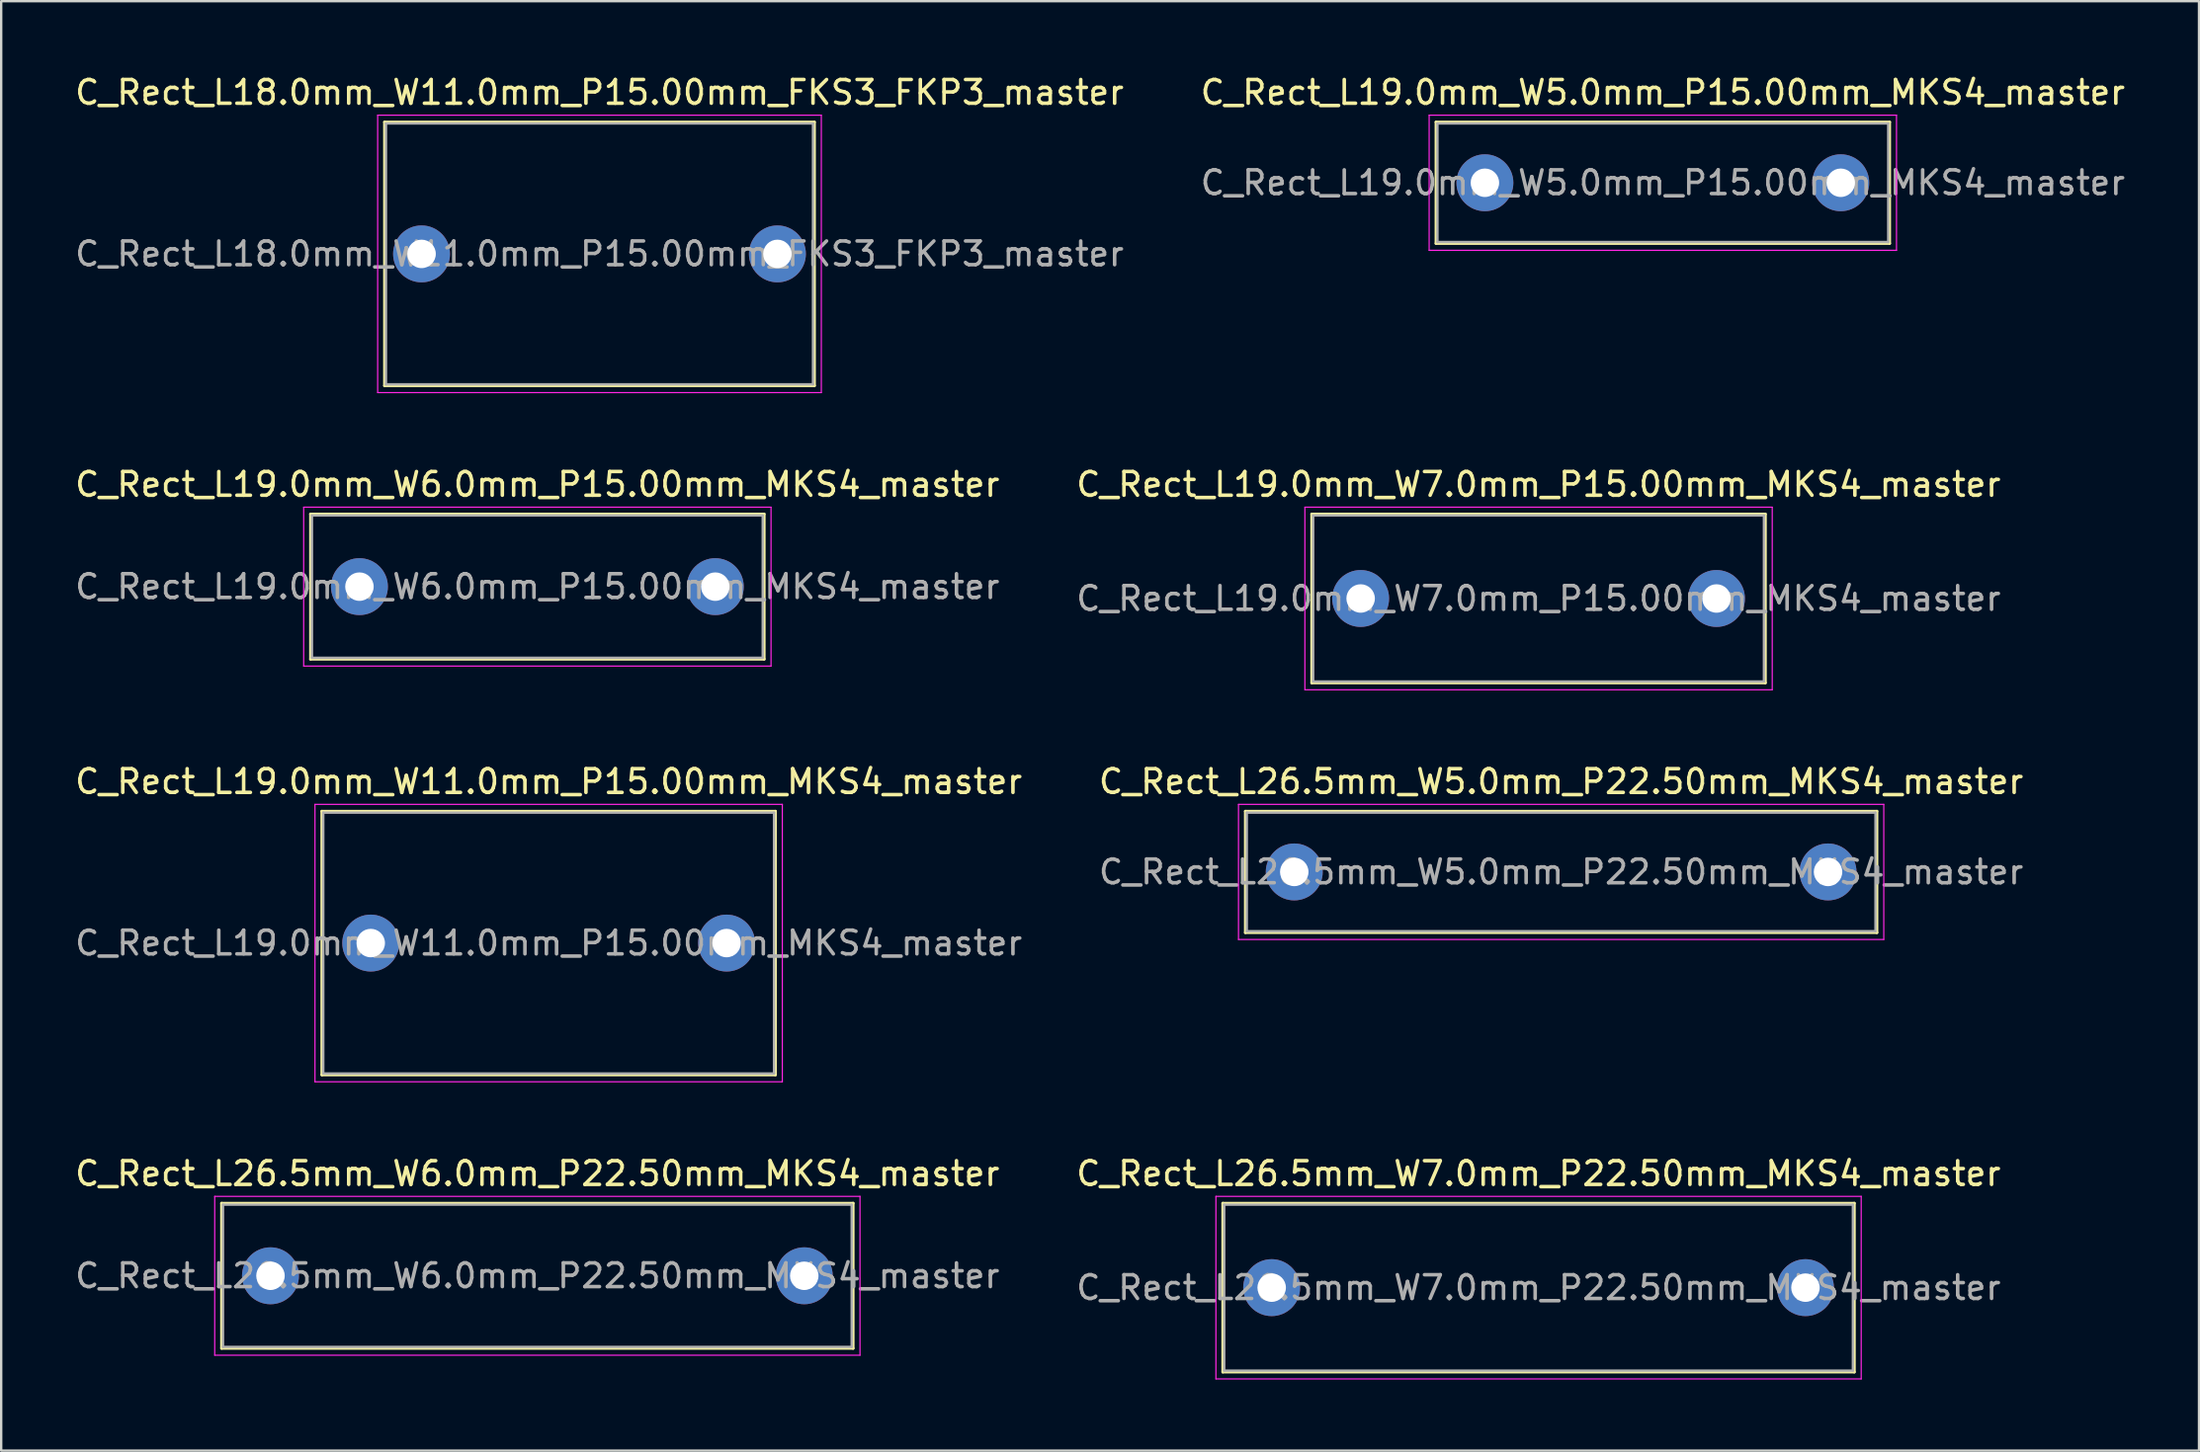
<source format=kicad_pcb>
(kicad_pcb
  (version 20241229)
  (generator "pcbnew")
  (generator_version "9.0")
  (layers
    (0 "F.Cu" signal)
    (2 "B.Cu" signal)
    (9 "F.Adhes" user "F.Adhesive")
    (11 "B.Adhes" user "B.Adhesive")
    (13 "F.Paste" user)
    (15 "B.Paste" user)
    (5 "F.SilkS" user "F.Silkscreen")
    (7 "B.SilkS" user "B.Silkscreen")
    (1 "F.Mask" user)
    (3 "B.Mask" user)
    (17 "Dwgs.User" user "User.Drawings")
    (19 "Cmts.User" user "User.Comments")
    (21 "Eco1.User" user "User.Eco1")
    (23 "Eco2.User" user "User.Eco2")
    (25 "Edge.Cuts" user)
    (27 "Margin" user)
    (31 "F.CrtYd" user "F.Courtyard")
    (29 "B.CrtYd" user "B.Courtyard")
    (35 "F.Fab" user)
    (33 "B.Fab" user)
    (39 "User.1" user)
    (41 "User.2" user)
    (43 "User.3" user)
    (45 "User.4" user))
  (footprint "C_Rect_L19.0mm_W7.0mm_P15.00mm_MKS4_master"
    (layer "F.Cu")
    (at 54.304 22.192)
    (property "Reference" "C_Rect_L19.0mm_W7.0mm_P15.00mm_MKS4_master" (at 7.5 -4.81 0) (layer "F.SilkS") (effects (font (size 1 1) (thickness 0.15))))
    (attr through_hole)
    (fp_line (start -2.06 -3.56) (end -2.06 3.56) (stroke (width 0.12) (type solid)) (layer "F.SilkS"))
    (fp_line (start -2.06 -3.56) (end 17.06 -3.56) (stroke (width 0.12) (type solid)) (layer "F.SilkS"))
    (fp_line (start -2.06 3.56) (end 17.06 3.56) (stroke (width 0.12) (type solid)) (layer "F.SilkS"))
    (fp_line (start 17.06 -3.56) (end 17.06 3.56) (stroke (width 0.12) (type solid)) (layer "F.SilkS"))
    (fp_line (start -2.35 -3.85) (end -2.35 3.85) (stroke (width 0.05) (type solid)) (layer "F.CrtYd"))
    (fp_line (start -2.35 3.85) (end 17.35 3.85) (stroke (width 0.05) (type solid)) (layer "F.CrtYd"))
    (fp_line (start 17.35 -3.85) (end -2.35 -3.85) (stroke (width 0.05) (type solid)) (layer "F.CrtYd"))
    (fp_line (start 17.35 3.85) (end 17.35 -3.85) (stroke (width 0.05) (type solid)) (layer "F.CrtYd"))
    (fp_line (start -2 -3.5) (end -2 3.5) (stroke (width 0.1) (type solid)) (layer "F.Fab"))
    (fp_line (start -2 3.5) (end 17 3.5) (stroke (width 0.1) (type solid)) (layer "F.Fab"))
    (fp_line (start 17 -3.5) (end -2 -3.5) (stroke (width 0.1) (type solid)) (layer "F.Fab"))
    (fp_line (start 17 3.5) (end 17 -3.5) (stroke (width 0.1) (type solid)) (layer "F.Fab"))
    (fp_text user "${REFERENCE}" (at 7.5 0 0) (layer "F.Fab") (effects (font (size 1 1) (thickness 0.15))))
    (pad "1" thru_hole circle (at 0 0) (size 2.4 2.4) (drill 1.2) (layers "*.Cu" "*.Mask"))
    (pad "2" thru_hole circle (at 15 0) (size 2.4 2.4) (drill 1.2) (layers "*.Cu" "*.Mask")))
  (footprint "C_Rect_L18.0mm_W11.0mm_P15.00mm_FKS3_FKP3_master"
    (layer "F.Cu")
    (at 14.72 7.658)
    (property "Reference" "C_Rect_L18.0mm_W11.0mm_P15.00mm_FKS3_FKP3_master" (at 7.5 -6.81 0) (layer "F.SilkS") (effects (font (size 1 1) (thickness 0.15))))
    (attr through_hole)
    (fp_line (start -1.56 -5.56) (end -1.56 5.56) (stroke (width 0.12) (type solid)) (layer "F.SilkS"))
    (fp_line (start -1.56 -5.56) (end 16.56 -5.56) (stroke (width 0.12) (type solid)) (layer "F.SilkS"))
    (fp_line (start -1.56 5.56) (end 16.56 5.56) (stroke (width 0.12) (type solid)) (layer "F.SilkS"))
    (fp_line (start 16.56 -5.56) (end 16.56 5.56) (stroke (width 0.12) (type solid)) (layer "F.SilkS"))
    (fp_line (start -1.85 -5.85) (end -1.85 5.85) (stroke (width 0.05) (type solid)) (layer "F.CrtYd"))
    (fp_line (start -1.85 5.85) (end 16.85 5.85) (stroke (width 0.05) (type solid)) (layer "F.CrtYd"))
    (fp_line (start 16.85 -5.85) (end -1.85 -5.85) (stroke (width 0.05) (type solid)) (layer "F.CrtYd"))
    (fp_line (start 16.85 5.85) (end 16.85 -5.85) (stroke (width 0.05) (type solid)) (layer "F.CrtYd"))
    (fp_line (start -1.5 -5.5) (end -1.5 5.5) (stroke (width 0.1) (type solid)) (layer "F.Fab"))
    (fp_line (start -1.5 5.5) (end 16.5 5.5) (stroke (width 0.1) (type solid)) (layer "F.Fab"))
    (fp_line (start 16.5 -5.5) (end -1.5 -5.5) (stroke (width 0.1) (type solid)) (layer "F.Fab"))
    (fp_line (start 16.5 5.5) (end 16.5 -5.5) (stroke (width 0.1) (type solid)) (layer "F.Fab"))
    (fp_text user "${REFERENCE}" (at 7.5 0 0) (layer "F.Fab") (effects (font (size 1 1) (thickness 0.15))))
    (pad "1" thru_hole circle (at 0 0) (size 2.4 2.4) (drill 1.2) (layers "*.Cu" "*.Mask"))
    (pad "2" thru_hole circle (at 15 0) (size 2.4 2.4) (drill 1.2) (layers "*.Cu" "*.Mask")))
  (footprint "C_Rect_L26.5mm_W5.0mm_P22.50mm_MKS4_master"
    (layer "F.Cu")
    (at 51.506 33.725)
    (property "Reference" "C_Rect_L26.5mm_W5.0mm_P22.50mm_MKS4_master" (at 11.25 -3.81 0) (layer "F.SilkS") (effects (font (size 1 1) (thickness 0.15))))
    (attr through_hole)
    (fp_line (start -2.06 -2.56) (end -2.06 2.56) (stroke (width 0.12) (type solid)) (layer "F.SilkS"))
    (fp_line (start -2.06 -2.56) (end 24.56 -2.56) (stroke (width 0.12) (type solid)) (layer "F.SilkS"))
    (fp_line (start -2.06 2.56) (end 24.56 2.56) (stroke (width 0.12) (type solid)) (layer "F.SilkS"))
    (fp_line (start 24.56 -2.56) (end 24.56 2.56) (stroke (width 0.12) (type solid)) (layer "F.SilkS"))
    (fp_line (start -2.35 -2.85) (end -2.35 2.85) (stroke (width 0.05) (type solid)) (layer "F.CrtYd"))
    (fp_line (start -2.35 2.85) (end 24.85 2.85) (stroke (width 0.05) (type solid)) (layer "F.CrtYd"))
    (fp_line (start 24.85 -2.85) (end -2.35 -2.85) (stroke (width 0.05) (type solid)) (layer "F.CrtYd"))
    (fp_line (start 24.85 2.85) (end 24.85 -2.85) (stroke (width 0.05) (type solid)) (layer "F.CrtYd"))
    (fp_line (start -2 -2.5) (end -2 2.5) (stroke (width 0.1) (type solid)) (layer "F.Fab"))
    (fp_line (start -2 2.5) (end 24.5 2.5) (stroke (width 0.1) (type solid)) (layer "F.Fab"))
    (fp_line (start 24.5 -2.5) (end -2 -2.5) (stroke (width 0.1) (type solid)) (layer "F.Fab"))
    (fp_line (start 24.5 2.5) (end 24.5 -2.5) (stroke (width 0.1) (type solid)) (layer "F.Fab"))
    (fp_text user "${REFERENCE}" (at 11.25 0 0) (layer "F.Fab") (effects (font (size 1 1) (thickness 0.15))))
    (pad "1" thru_hole circle (at 0 0) (size 2.4 2.4) (drill 1.2) (layers "*.Cu" "*.Mask"))
    (pad "2" thru_hole circle (at 22.5 0) (size 2.4 2.4) (drill 1.2) (layers "*.Cu" "*.Mask")))
  (footprint "C_Rect_L26.5mm_W6.0mm_P22.50mm_MKS4_master"
    (layer "F.Cu")
    (at 8.351 50.758)
    (property "Reference" "C_Rect_L26.5mm_W6.0mm_P22.50mm_MKS4_master" (at 11.25 -4.31 0) (layer "F.SilkS") (effects (font (size 1 1) (thickness 0.15))))
    (attr through_hole)
    (fp_line (start -2.06 -3.06) (end -2.06 3.06) (stroke (width 0.12) (type solid)) (layer "F.SilkS"))
    (fp_line (start -2.06 -3.06) (end 24.56 -3.06) (stroke (width 0.12) (type solid)) (layer "F.SilkS"))
    (fp_line (start -2.06 3.06) (end 24.56 3.06) (stroke (width 0.12) (type solid)) (layer "F.SilkS"))
    (fp_line (start 24.56 -3.06) (end 24.56 3.06) (stroke (width 0.12) (type solid)) (layer "F.SilkS"))
    (fp_line (start -2.35 -3.35) (end -2.35 3.35) (stroke (width 0.05) (type solid)) (layer "F.CrtYd"))
    (fp_line (start -2.35 3.35) (end 24.85 3.35) (stroke (width 0.05) (type solid)) (layer "F.CrtYd"))
    (fp_line (start 24.85 -3.35) (end -2.35 -3.35) (stroke (width 0.05) (type solid)) (layer "F.CrtYd"))
    (fp_line (start 24.85 3.35) (end 24.85 -3.35) (stroke (width 0.05) (type solid)) (layer "F.CrtYd"))
    (fp_line (start -2 -3) (end -2 3) (stroke (width 0.1) (type solid)) (layer "F.Fab"))
    (fp_line (start -2 3) (end 24.5 3) (stroke (width 0.1) (type solid)) (layer "F.Fab"))
    (fp_line (start 24.5 -3) (end -2 -3) (stroke (width 0.1) (type solid)) (layer "F.Fab"))
    (fp_line (start 24.5 3) (end 24.5 -3) (stroke (width 0.1) (type solid)) (layer "F.Fab"))
    (fp_text user "${REFERENCE}" (at 11.25 0 0) (layer "F.Fab") (effects (font (size 1 1) (thickness 0.15))))
    (pad "1" thru_hole circle (at 0 0) (size 2.4 2.4) (drill 1.2) (layers "*.Cu" "*.Mask"))
    (pad "2" thru_hole circle (at 22.5 0) (size 2.4 2.4) (drill 1.2) (layers "*.Cu" "*.Mask")))
  (footprint "C_Rect_L19.0mm_W5.0mm_P15.00mm_MKS4_master"
    (layer "F.Cu")
    (at 59.542 4.658)
    (property "Reference" "C_Rect_L19.0mm_W5.0mm_P15.00mm_MKS4_master" (at 7.5 -3.81 0) (layer "F.SilkS") (effects (font (size 1 1) (thickness 0.15))))
    (attr through_hole)
    (fp_line (start -2.06 -2.56) (end -2.06 2.56) (stroke (width 0.12) (type solid)) (layer "F.SilkS"))
    (fp_line (start -2.06 -2.56) (end 17.06 -2.56) (stroke (width 0.12) (type solid)) (layer "F.SilkS"))
    (fp_line (start -2.06 2.56) (end 17.06 2.56) (stroke (width 0.12) (type solid)) (layer "F.SilkS"))
    (fp_line (start 17.06 -2.56) (end 17.06 2.56) (stroke (width 0.12) (type solid)) (layer "F.SilkS"))
    (fp_line (start -2.35 -2.85) (end -2.35 2.85) (stroke (width 0.05) (type solid)) (layer "F.CrtYd"))
    (fp_line (start -2.35 2.85) (end 17.35 2.85) (stroke (width 0.05) (type solid)) (layer "F.CrtYd"))
    (fp_line (start 17.35 -2.85) (end -2.35 -2.85) (stroke (width 0.05) (type solid)) (layer "F.CrtYd"))
    (fp_line (start 17.35 2.85) (end 17.35 -2.85) (stroke (width 0.05) (type solid)) (layer "F.CrtYd"))
    (fp_line (start -2 -2.5) (end -2 2.5) (stroke (width 0.1) (type solid)) (layer "F.Fab"))
    (fp_line (start -2 2.5) (end 17 2.5) (stroke (width 0.1) (type solid)) (layer "F.Fab"))
    (fp_line (start 17 -2.5) (end -2 -2.5) (stroke (width 0.1) (type solid)) (layer "F.Fab"))
    (fp_line (start 17 2.5) (end 17 -2.5) (stroke (width 0.1) (type solid)) (layer "F.Fab"))
    (fp_text user "${REFERENCE}" (at 7.5 0 0) (layer "F.Fab") (effects (font (size 1 1) (thickness 0.15))))
    (pad "1" thru_hole circle (at 0 0) (size 2.4 2.4) (drill 1.2) (layers "*.Cu" "*.Mask"))
    (pad "2" thru_hole circle (at 15 0) (size 2.4 2.4) (drill 1.2) (layers "*.Cu" "*.Mask")))
  (footprint "C_Rect_L19.0mm_W6.0mm_P15.00mm_MKS4_master"
    (layer "F.Cu")
    (at 12.101 21.692)
    (property "Reference" "C_Rect_L19.0mm_W6.0mm_P15.00mm_MKS4_master" (at 7.5 -4.31 0) (layer "F.SilkS") (effects (font (size 1 1) (thickness 0.15))))
    (attr through_hole)
    (fp_line (start -2.06 -3.06) (end -2.06 3.06) (stroke (width 0.12) (type solid)) (layer "F.SilkS"))
    (fp_line (start -2.06 -3.06) (end 17.06 -3.06) (stroke (width 0.12) (type solid)) (layer "F.SilkS"))
    (fp_line (start -2.06 3.06) (end 17.06 3.06) (stroke (width 0.12) (type solid)) (layer "F.SilkS"))
    (fp_line (start 17.06 -3.06) (end 17.06 3.06) (stroke (width 0.12) (type solid)) (layer "F.SilkS"))
    (fp_line (start -2.35 -3.35) (end -2.35 3.35) (stroke (width 0.05) (type solid)) (layer "F.CrtYd"))
    (fp_line (start -2.35 3.35) (end 17.35 3.35) (stroke (width 0.05) (type solid)) (layer "F.CrtYd"))
    (fp_line (start 17.35 -3.35) (end -2.35 -3.35) (stroke (width 0.05) (type solid)) (layer "F.CrtYd"))
    (fp_line (start 17.35 3.35) (end 17.35 -3.35) (stroke (width 0.05) (type solid)) (layer "F.CrtYd"))
    (fp_line (start -2 -3) (end -2 3) (stroke (width 0.1) (type solid)) (layer "F.Fab"))
    (fp_line (start -2 3) (end 17 3) (stroke (width 0.1) (type solid)) (layer "F.Fab"))
    (fp_line (start 17 -3) (end -2 -3) (stroke (width 0.1) (type solid)) (layer "F.Fab"))
    (fp_line (start 17 3) (end 17 -3) (stroke (width 0.1) (type solid)) (layer "F.Fab"))
    (fp_text user "${REFERENCE}" (at 7.5 0 0) (layer "F.Fab") (effects (font (size 1 1) (thickness 0.15))))
    (pad "1" thru_hole circle (at 0 0) (size 2.4 2.4) (drill 1.2) (layers "*.Cu" "*.Mask"))
    (pad "2" thru_hole circle (at 15 0) (size 2.4 2.4) (drill 1.2) (layers "*.Cu" "*.Mask")))
  (footprint "C_Rect_L19.0mm_W11.0mm_P15.00mm_MKS4_master"
    (layer "F.Cu")
    (at 12.577 36.725)
    (property "Reference" "C_Rect_L19.0mm_W11.0mm_P15.00mm_MKS4_master" (at 7.5 -6.81 0) (layer "F.SilkS") (effects (font (size 1 1) (thickness 0.15))))
    (attr through_hole)
    (fp_line (start -2.06 -5.56) (end -2.06 5.56) (stroke (width 0.12) (type solid)) (layer "F.SilkS"))
    (fp_line (start -2.06 -5.56) (end 17.06 -5.56) (stroke (width 0.12) (type solid)) (layer "F.SilkS"))
    (fp_line (start -2.06 5.56) (end 17.06 5.56) (stroke (width 0.12) (type solid)) (layer "F.SilkS"))
    (fp_line (start 17.06 -5.56) (end 17.06 5.56) (stroke (width 0.12) (type solid)) (layer "F.SilkS"))
    (fp_line (start -2.35 -5.85) (end -2.35 5.85) (stroke (width 0.05) (type solid)) (layer "F.CrtYd"))
    (fp_line (start -2.35 5.85) (end 17.35 5.85) (stroke (width 0.05) (type solid)) (layer "F.CrtYd"))
    (fp_line (start 17.35 -5.85) (end -2.35 -5.85) (stroke (width 0.05) (type solid)) (layer "F.CrtYd"))
    (fp_line (start 17.35 5.85) (end 17.35 -5.85) (stroke (width 0.05) (type solid)) (layer "F.CrtYd"))
    (fp_line (start -2 -5.5) (end -2 5.5) (stroke (width 0.1) (type solid)) (layer "F.Fab"))
    (fp_line (start -2 5.5) (end 17 5.5) (stroke (width 0.1) (type solid)) (layer "F.Fab"))
    (fp_line (start 17 -5.5) (end -2 -5.5) (stroke (width 0.1) (type solid)) (layer "F.Fab"))
    (fp_line (start 17 5.5) (end 17 -5.5) (stroke (width 0.1) (type solid)) (layer "F.Fab"))
    (fp_text user "${REFERENCE}" (at 7.5 0 0) (layer "F.Fab") (effects (font (size 1 1) (thickness 0.15))))
    (pad "1" thru_hole circle (at 0 0) (size 2.4 2.4) (drill 1.2) (layers "*.Cu" "*.Mask"))
    (pad "2" thru_hole circle (at 15 0) (size 2.4 2.4) (drill 1.2) (layers "*.Cu" "*.Mask")))
  (footprint "C_Rect_L26.5mm_W7.0mm_P22.50mm_MKS4_master"
    (layer "F.Cu")
    (at 50.554 51.258)
    (property "Reference" "C_Rect_L26.5mm_W7.0mm_P22.50mm_MKS4_master" (at 11.25 -4.81 0) (layer "F.SilkS") (effects (font (size 1 1) (thickness 0.15))))
    (attr through_hole)
    (fp_line (start -2.06 -3.56) (end -2.06 3.56) (stroke (width 0.12) (type solid)) (layer "F.SilkS"))
    (fp_line (start -2.06 -3.56) (end 24.56 -3.56) (stroke (width 0.12) (type solid)) (layer "F.SilkS"))
    (fp_line (start -2.06 3.56) (end 24.56 3.56) (stroke (width 0.12) (type solid)) (layer "F.SilkS"))
    (fp_line (start 24.56 -3.56) (end 24.56 3.56) (stroke (width 0.12) (type solid)) (layer "F.SilkS"))
    (fp_line (start -2.35 -3.85) (end -2.35 3.85) (stroke (width 0.05) (type solid)) (layer "F.CrtYd"))
    (fp_line (start -2.35 3.85) (end 24.85 3.85) (stroke (width 0.05) (type solid)) (layer "F.CrtYd"))
    (fp_line (start 24.85 -3.85) (end -2.35 -3.85) (stroke (width 0.05) (type solid)) (layer "F.CrtYd"))
    (fp_line (start 24.85 3.85) (end 24.85 -3.85) (stroke (width 0.05) (type solid)) (layer "F.CrtYd"))
    (fp_line (start -2 -3.5) (end -2 3.5) (stroke (width 0.1) (type solid)) (layer "F.Fab"))
    (fp_line (start -2 3.5) (end 24.5 3.5) (stroke (width 0.1) (type solid)) (layer "F.Fab"))
    (fp_line (start 24.5 -3.5) (end -2 -3.5) (stroke (width 0.1) (type solid)) (layer "F.Fab"))
    (fp_line (start 24.5 3.5) (end 24.5 -3.5) (stroke (width 0.1) (type solid)) (layer "F.Fab"))
    (fp_text user "${REFERENCE}" (at 11.25 0 0) (layer "F.Fab") (effects (font (size 1 1) (thickness 0.15))))
    (pad "1" thru_hole circle (at 0 0) (size 2.4 2.4) (drill 1.2) (layers "*.Cu" "*.Mask"))
    (pad "2" thru_hole circle (at 22.5 0) (size 2.4 2.4) (drill 1.2) (layers "*.Cu" "*.Mask")))
  (gr_rect
    (start -3 -3)
    (end 89.643 58.133)
    (stroke (width 0.1) (type default))
    (fill no)
    (layer "Edge.Cuts")))
</source>
